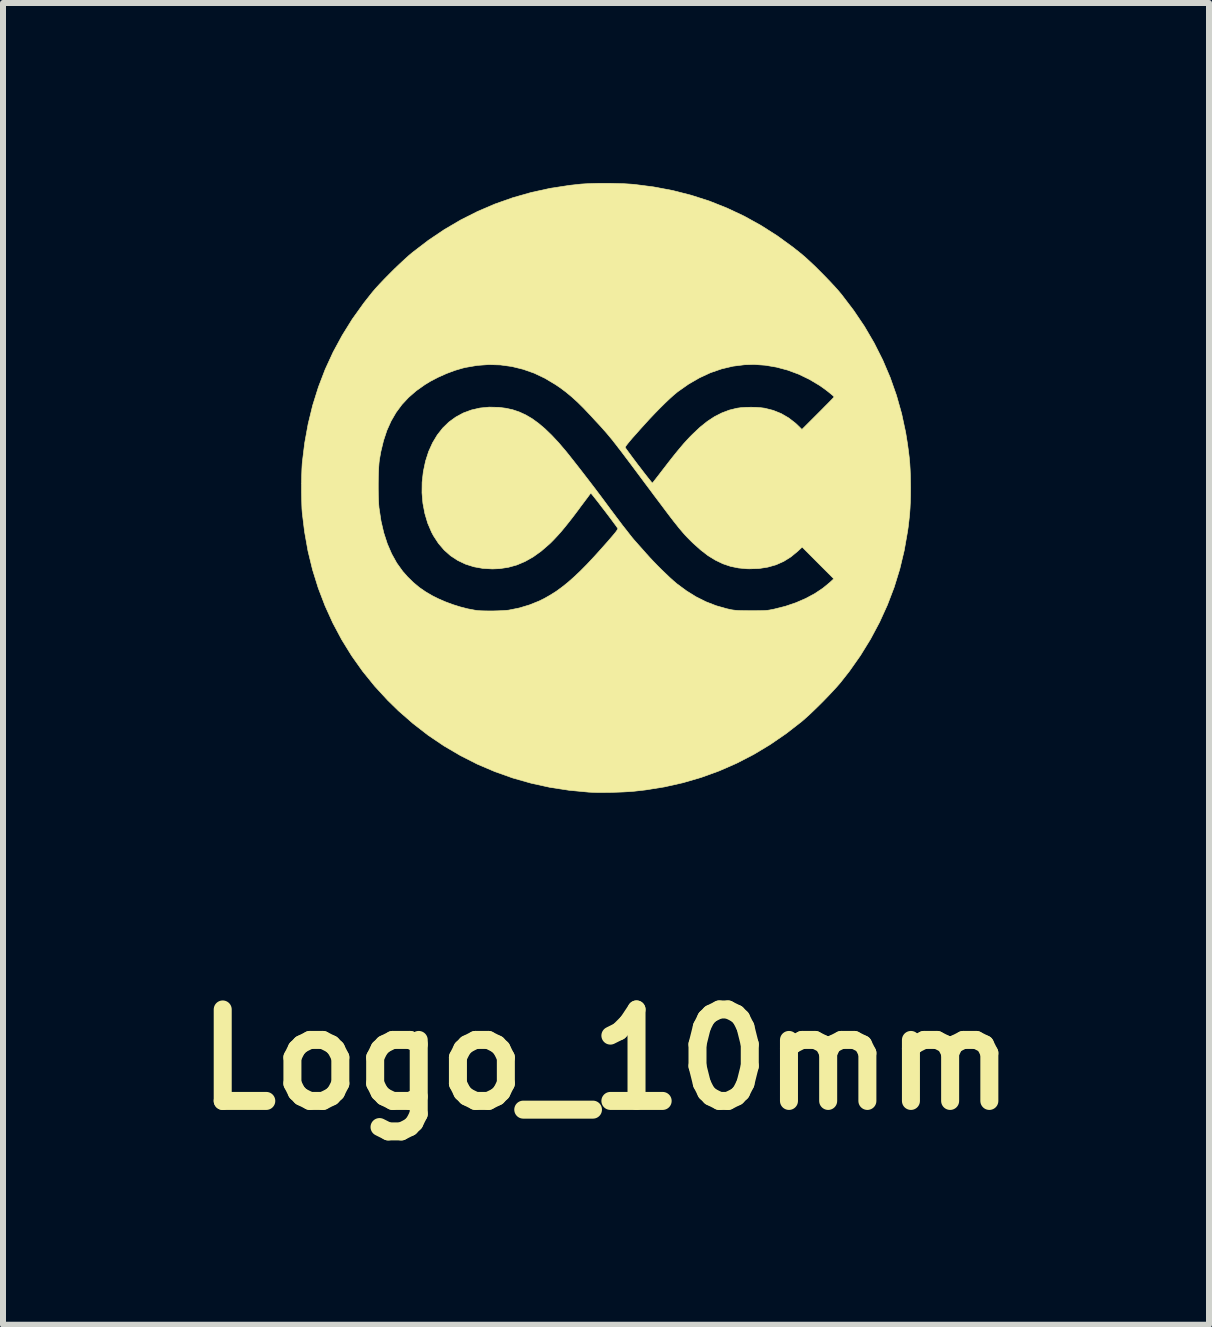
<source format=kicad_pcb>
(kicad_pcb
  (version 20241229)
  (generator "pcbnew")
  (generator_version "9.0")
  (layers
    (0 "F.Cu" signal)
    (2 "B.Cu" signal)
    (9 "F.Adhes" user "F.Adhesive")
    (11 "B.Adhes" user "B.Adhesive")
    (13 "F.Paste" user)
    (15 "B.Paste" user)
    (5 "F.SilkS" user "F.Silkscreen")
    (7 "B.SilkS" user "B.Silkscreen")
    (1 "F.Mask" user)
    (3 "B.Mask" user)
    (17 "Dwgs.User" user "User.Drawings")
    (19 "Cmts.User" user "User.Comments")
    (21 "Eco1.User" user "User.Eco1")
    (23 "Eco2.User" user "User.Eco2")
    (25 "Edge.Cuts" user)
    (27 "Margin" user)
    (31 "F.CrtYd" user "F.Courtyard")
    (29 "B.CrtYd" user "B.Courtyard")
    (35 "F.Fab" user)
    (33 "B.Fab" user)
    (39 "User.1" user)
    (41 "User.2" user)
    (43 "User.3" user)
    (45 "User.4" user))
  (footprint "Logo_10mm"
    (layer "F.Cu")
    (at 7.047 5.078)
    (property "Reference" "Logo_10mm" (at 0 9.525 0) (layer "F.SilkS") (effects (font (size 1.524 1.524) (thickness 0.3))))
    (attr through_hole)
    (fp_poly (pts (xy 0.086 -5.073) (xy 0.198 -5.07) (xy 0.304 -5.067) (xy 0.398 -5.061) (xy 0.467 -5.056) (xy 0.793 -5.014) (xy 1.111 -4.954) (xy 1.42 -4.875) (xy 1.722 -4.778) (xy 2.016 -4.661) (xy 2.303 -4.526) (xy 2.581 -4.372) (xy 2.853 -4.199) (xy 3.117 -4.007) (xy 3.261 -3.892) (xy 3.326 -3.836) (xy 3.4 -3.768) (xy 3.482 -3.691) (xy 3.566 -3.607) (xy 3.651 -3.521) (xy 3.733 -3.436) (xy 3.809 -3.354) (xy 3.876 -3.279) (xy 3.925 -3.22) (xy 4.124 -2.959) (xy 4.305 -2.691) (xy 4.467 -2.414) (xy 4.61 -2.13) (xy 4.734 -1.839) (xy 4.839 -1.541) (xy 4.925 -1.236) (xy 4.992 -0.924) (xy 5.023 -0.73) (xy 5.039 -0.611) (xy 5.052 -0.504) (xy 5.061 -0.403) (xy 5.067 -0.302) (xy 5.071 -0.196) (xy 5.073 -0.079) (xy 5.074 0) (xy 5.073 0.126) (xy 5.07 0.238) (xy 5.065 0.342) (xy 5.058 0.442) (xy 5.047 0.545) (xy 5.034 0.656) (xy 5.023 0.73) (xy 4.968 1.044) (xy 4.894 1.353) (xy 4.801 1.655) (xy 4.688 1.951) (xy 4.557 2.239) (xy 4.407 2.52) (xy 4.239 2.793) (xy 4.054 3.056) (xy 3.907 3.243) (xy 3.852 3.307) (xy 3.785 3.38) (xy 3.71 3.46) (xy 3.63 3.543) (xy 3.547 3.626) (xy 3.465 3.706) (xy 3.387 3.78) (xy 3.316 3.844) (xy 3.261 3.892) (xy 3.001 4.094) (xy 2.733 4.278) (xy 2.458 4.443) (xy 2.175 4.589) (xy 1.885 4.716) (xy 1.587 4.824) (xy 1.282 4.913) (xy 0.97 4.983) (xy 0.651 5.034) (xy 0.474 5.054) (xy 0.386 5.061) (xy 0.285 5.067) (xy 0.176 5.071) (xy 0.064 5.074) (xy -0.046 5.075) (xy -0.149 5.075) (xy -0.24 5.072) (xy -0.286 5.07) (xy -0.613 5.039) (xy -0.933 4.99) (xy -1.247 4.921) (xy -1.554 4.834) (xy -1.852 4.728) (xy -2.143 4.604) (xy -2.425 4.461) (xy -2.698 4.301) (xy -2.962 4.123) (xy -3.215 3.927) (xy -3.459 3.714) (xy -3.638 3.539) (xy -3.855 3.303) (xy -4.055 3.056) (xy -4.238 2.798) (xy -4.404 2.529) (xy -4.552 2.251) (xy -4.682 1.964) (xy -4.795 1.668) (xy -4.89 1.363) (xy -4.966 1.05) (xy -5.023 0.729) (xy -5.061 0.417) (xy -5.066 0.351) (xy -5.069 0.27) (xy -5.071 0.177) (xy -5.073 0.076) (xy -5.073 0.02) (xy -3.795 0.02) (xy -3.794 0.113) (xy -3.791 0.2) (xy -3.787 0.276) (xy -3.782 0.337) (xy -3.781 0.34) (xy -3.749 0.553) (xy -3.703 0.75) (xy -3.644 0.932) (xy -3.572 1.099) (xy -3.487 1.252) (xy -3.388 1.39) (xy -3.308 1.481) (xy -3.211 1.576) (xy -3.112 1.659) (xy -3.006 1.732) (xy -2.888 1.801) (xy -2.793 1.848) (xy -2.678 1.898) (xy -2.555 1.944) (xy -2.427 1.984) (xy -2.302 2.016) (xy -2.185 2.038) (xy -2.134 2.045) (xy -2.088 2.048) (xy -2.028 2.05) (xy -1.957 2.051) (xy -1.882 2.051) (xy -1.806 2.049) (xy -1.735 2.046) (xy -1.674 2.042) (xy -1.627 2.038) (xy -1.621 2.037) (xy -1.447 2.002) (xy -1.277 1.951) (xy -1.115 1.886) (xy -1.026 1.842) (xy -0.928 1.786) (xy -0.831 1.725) (xy -0.735 1.655) (xy -0.637 1.577) (xy -0.537 1.489) (xy -0.431 1.389) (xy -0.319 1.276) (xy -0.2 1.149) (xy -0.113 1.053) (xy -0.034 0.964) (xy 0.032 0.89) (xy 0.085 0.828) (xy 0.127 0.779) (xy 0.159 0.74) (xy 0.18 0.711) (xy 0.193 0.691) (xy 0.197 0.679) (xy 0.196 0.676) (xy 0.184 0.658) (xy 0.163 0.628) (xy 0.133 0.588) (xy 0.097 0.539) (xy 0.056 0.484) (xy 0.012 0.426) (xy -0.033 0.367) (xy -0.079 0.308) (xy -0.122 0.251) (xy -0.162 0.2) (xy -0.197 0.156) (xy -0.225 0.121) (xy -0.244 0.098) (xy -0.253 0.088) (xy -0.254 0.088) (xy -0.262 0.098) (xy -0.28 0.122) (xy -0.307 0.159) (xy -0.342 0.205) (xy -0.383 0.26) (xy -0.429 0.321) (xy -0.454 0.356) (xy -0.54 0.47) (xy -0.617 0.569) (xy -0.686 0.655) (xy -0.749 0.731) (xy -0.809 0.798) (xy -0.866 0.859) (xy -0.922 0.916) (xy -0.948 0.94) (xy -1.081 1.055) (xy -1.215 1.151) (xy -1.35 1.227) (xy -1.487 1.285) (xy -1.628 1.324) (xy -1.774 1.346) (xy -1.893 1.351) (xy -2.052 1.342) (xy -2.202 1.315) (xy -2.341 1.271) (xy -2.471 1.209) (xy -2.59 1.131) (xy -2.697 1.036) (xy -2.792 0.925) (xy -2.875 0.798) (xy -2.906 0.74) (xy -2.971 0.588) (xy -3.019 0.426) (xy -3.051 0.257) (xy -3.066 0.083) (xy -3.064 -0.093) (xy -3.044 -0.27) (xy -3.007 -0.445) (xy -3.007 -0.445) (xy -2.956 -0.604) (xy -2.89 -0.75) (xy -2.812 -0.88) (xy -2.721 -0.996) (xy -2.618 -1.096) (xy -2.504 -1.179) (xy -2.379 -1.247) (xy -2.244 -1.297) (xy -2.1 -1.33) (xy -1.947 -1.345) (xy -1.786 -1.341) (xy -1.784 -1.341) (xy -1.667 -1.326) (xy -1.554 -1.301) (xy -1.445 -1.264) (xy -1.338 -1.215) (xy -1.232 -1.153) (xy -1.126 -1.076) (xy -1.018 -0.985) (xy -0.907 -0.878) (xy -0.791 -0.754) (xy -0.67 -0.612) (xy -0.616 -0.545) (xy -0.511 -0.412) (xy -0.404 -0.275) (xy -0.293 -0.131) (xy -0.176 0.022) (xy -0.052 0.187) (xy 0.081 0.367) (xy 0.095 0.385) (xy 0.157 0.468) (xy 0.219 0.55) (xy 0.279 0.63) (xy 0.337 0.703) (xy 0.389 0.77) (xy 0.433 0.826) (xy 0.469 0.869) (xy 0.487 0.889) (xy 0.533 0.941) (xy 0.583 0.997) (xy 0.631 1.051) (xy 0.672 1.098) (xy 0.681 1.107) (xy 0.732 1.164) (xy 0.793 1.229) (xy 0.859 1.297) (xy 0.928 1.366) (xy 0.997 1.432) (xy 1.062 1.494) (xy 1.121 1.547) (xy 1.17 1.589) (xy 1.179 1.597) (xy 1.34 1.716) (xy 1.501 1.816) (xy 1.665 1.898) (xy 1.835 1.964) (xy 2.012 2.014) (xy 2.052 2.023) (xy 2.088 2.031) (xy 2.121 2.036) (xy 2.156 2.04) (xy 2.195 2.043) (xy 2.242 2.045) (xy 2.301 2.046) (xy 2.375 2.047) (xy 2.418 2.047) (xy 2.499 2.047) (xy 2.563 2.046) (xy 2.614 2.045) (xy 2.656 2.043) (xy 2.692 2.04) (xy 2.726 2.035) (xy 2.761 2.028) (xy 2.802 2.02) (xy 2.806 2.019) (xy 2.989 1.973) (xy 3.163 1.914) (xy 3.327 1.843) (xy 3.478 1.762) (xy 3.614 1.671) (xy 3.734 1.572) (xy 3.738 1.568) (xy 3.795 1.515) (xy 3.531 1.251) (xy 3.268 0.987) (xy 3.193 1.057) (xy 3.08 1.15) (xy 2.96 1.225) (xy 2.832 1.282) (xy 2.694 1.321) (xy 2.547 1.344) (xy 2.389 1.349) (xy 2.347 1.348) (xy 2.208 1.335) (xy 2.075 1.308) (xy 1.948 1.265) (xy 1.823 1.205) (xy 1.699 1.129) (xy 1.576 1.034) (xy 1.45 0.921) (xy 1.417 0.889) (xy 1.382 0.854) (xy 1.349 0.82) (xy 1.317 0.786) (xy 1.285 0.75) (xy 1.252 0.711) (xy 1.215 0.668) (xy 1.176 0.618) (xy 1.131 0.562) (xy 1.08 0.496) (xy 1.023 0.421) (xy 0.957 0.333) (xy 0.882 0.233) (xy 0.796 0.119) (xy 0.757 0.066) (xy 0.652 -0.074) (xy 0.56 -0.198) (xy 0.477 -0.309) (xy 0.404 -0.407) (xy 0.338 -0.494) (xy 0.281 -0.57) (xy 0.23 -0.637) (xy 0.201 -0.674) (xy 0.319 -0.674) (xy 0.319 -0.674) (xy 0.327 -0.661) (xy 0.346 -0.634) (xy 0.373 -0.597) (xy 0.407 -0.551) (xy 0.446 -0.498) (xy 0.489 -0.441) (xy 0.534 -0.381) (xy 0.58 -0.322) (xy 0.624 -0.264) (xy 0.666 -0.21) (xy 0.703 -0.163) (xy 0.734 -0.124) (xy 0.757 -0.096) (xy 0.77 -0.081) (xy 0.773 -0.079) (xy 0.781 -0.089) (xy 0.799 -0.112) (xy 0.827 -0.148) (xy 0.862 -0.193) (xy 0.903 -0.246) (xy 0.948 -0.305) (xy 0.956 -0.315) (xy 1.039 -0.423) (xy 1.113 -0.517) (xy 1.178 -0.598) (xy 1.238 -0.67) (xy 1.292 -0.734) (xy 1.344 -0.791) (xy 1.395 -0.846) (xy 1.443 -0.894) (xy 1.566 -1.01) (xy 1.687 -1.107) (xy 1.807 -1.186) (xy 1.929 -1.248) (xy 2.053 -1.295) (xy 2.182 -1.327) (xy 2.183 -1.327) (xy 2.249 -1.336) (xy 2.328 -1.341) (xy 2.414 -1.343) (xy 2.501 -1.341) (xy 2.581 -1.335) (xy 2.643 -1.327) (xy 2.785 -1.291) (xy 2.919 -1.237) (xy 3.043 -1.165) (xy 3.158 -1.076) (xy 3.19 -1.046) (xy 3.264 -0.973) (xy 3.532 -1.241) (xy 3.593 -1.302) (xy 3.648 -1.358) (xy 3.698 -1.408) (xy 3.739 -1.45) (xy 3.771 -1.483) (xy 3.792 -1.505) (xy 3.8 -1.515) (xy 3.8 -1.515) (xy 3.792 -1.525) (xy 3.771 -1.545) (xy 3.739 -1.571) (xy 3.701 -1.602) (xy 3.658 -1.635) (xy 3.614 -1.667) (xy 3.573 -1.696) (xy 3.56 -1.705) (xy 3.389 -1.807) (xy 3.211 -1.893) (xy 3.028 -1.961) (xy 2.841 -2.011) (xy 2.653 -2.043) (xy 2.466 -2.056) (xy 2.306 -2.051) (xy 2.114 -2.027) (xy 1.925 -1.982) (xy 1.739 -1.918) (xy 1.556 -1.833) (xy 1.376 -1.729) (xy 1.198 -1.604) (xy 1.189 -1.597) (xy 1.131 -1.549) (xy 1.063 -1.488) (xy 0.986 -1.415) (xy 0.902 -1.332) (xy 0.814 -1.242) (xy 0.723 -1.146) (xy 0.65 -1.066) (xy 0.566 -0.973) (xy 0.496 -0.894) (xy 0.438 -0.829) (xy 0.393 -0.776) (xy 0.359 -0.734) (xy 0.336 -0.704) (xy 0.323 -0.684) (xy 0.319 -0.674) (xy 0.201 -0.674) (xy 0.184 -0.697) (xy 0.142 -0.75) (xy 0.105 -0.798) (xy 0.069 -0.841) (xy 0.036 -0.881) (xy 0.003 -0.92) (xy -0.031 -0.958) (xy -0.065 -0.997) (xy -0.102 -1.038) (xy -0.142 -1.081) (xy -0.187 -1.129) (xy -0.236 -1.183) (xy -0.266 -1.215) (xy -0.374 -1.329) (xy -0.474 -1.428) (xy -0.57 -1.515) (xy -0.665 -1.594) (xy -0.761 -1.666) (xy -0.839 -1.719) (xy -1.016 -1.825) (xy -1.197 -1.911) (xy -1.382 -1.976) (xy -1.569 -2.022) (xy -1.76 -2.048) (xy -1.953 -2.054) (xy -2.147 -2.04) (xy -2.344 -2.006) (xy -2.385 -1.996) (xy -2.518 -1.957) (xy -2.657 -1.905) (xy -2.796 -1.843) (xy -2.927 -1.775) (xy -3.017 -1.72) (xy -3.161 -1.618) (xy -3.289 -1.507) (xy -3.401 -1.387) (xy -3.498 -1.256) (xy -3.581 -1.113) (xy -3.651 -0.957) (xy -3.707 -0.788) (xy -3.752 -0.603) (xy -3.776 -0.467) (xy -3.782 -0.414) (xy -3.787 -0.345) (xy -3.791 -0.263) (xy -3.794 -0.172) (xy -3.795 -0.076) (xy -3.795 0.02) (xy -5.073 0.02) (xy -5.073 -0.028) (xy -5.072 -0.13) (xy -5.07 -0.227) (xy -5.067 -0.315) (xy -5.063 -0.388) (xy -5.061 -0.417) (xy -5.021 -0.745) (xy -4.963 -1.065) (xy -4.887 -1.376) (xy -4.792 -1.679) (xy -4.679 -1.974) (xy -4.547 -2.261) (xy -4.396 -2.54) (xy -4.227 -2.812) (xy -4.038 -3.076) (xy -3.892 -3.261) (xy -3.837 -3.325) (xy -3.769 -3.399) (xy -3.693 -3.479) (xy -3.61 -3.563) (xy -3.525 -3.648) (xy -3.44 -3.729) (xy -3.358 -3.805) (xy -3.284 -3.872) (xy -3.223 -3.923) (xy -2.963 -4.122) (xy -2.696 -4.302) (xy -2.422 -4.463) (xy -2.14 -4.605) (xy -1.851 -4.729) (xy -1.553 -4.834) (xy -1.247 -4.921) (xy -0.932 -4.99) (xy -0.607 -5.04) (xy -0.417 -5.061) (xy -0.339 -5.066) (xy -0.245 -5.07) (xy -0.14 -5.073) (xy -0.029 -5.073) (xy 0.086 -5.073)) (stroke (width 0.01) (type solid)) (fill yes) (layer "F.SilkS")))
  (gr_rect
    (start -3 -3)
    (end 17.093 19.021)
    (stroke (width 0.1) (type default))
    (fill no)
    (layer "Edge.Cuts")))
</source>
